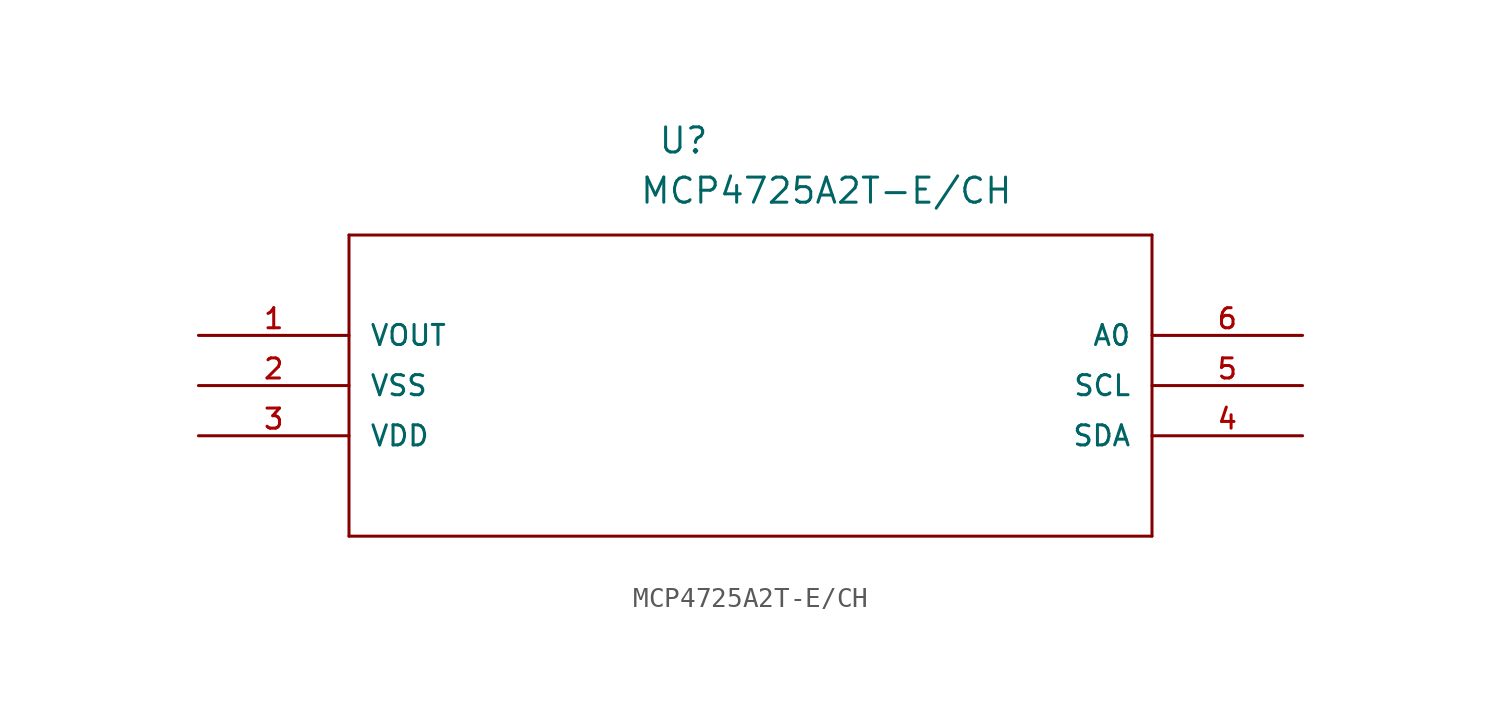
<source format=kicad_sym>
(kicad_symbol_lib
  (version 20231120)
  (generator "kicad_symbol_editor")
  (generator_version "8.0")
  (symbol "MCP4725A2T-E/CH"
    (pin_names
      (offset 1.016))
    (property "Reference" "U"
      (at 23.241 9.119 0)
      (effects (font (size 1.27 1.27)) (justify left bottom)))
    (property "Value" "MCP4725A2T-E/CH"
      (at 22.301 6.579 0)
      (effects (font (size 1.27 1.27)) (justify left bottom)))
    (property "ki_locked" ""
      (at 0 0 0)
      (effects (font (size 1.27 1.27))))
    (symbol "MCP4725A2T-E/CH_0_0"
      (polyline (pts (xy 7.62 -10.16) (xy 48.26 -10.16)) (stroke (width 0.152) (type solid)) (fill (type none)))
      (polyline (pts (xy 7.62 5.08) (xy 7.62 -10.16)) (stroke (width 0.152) (type solid)) (fill (type none)))
      (polyline (pts (xy 48.26 -10.16) (xy 48.26 5.08)) (stroke (width 0.152) (type solid)) (fill (type none)))
      (polyline (pts (xy 48.26 5.08) (xy 7.62 5.08)) (stroke (width 0.152) (type solid)) (fill (type none)))
      (pin passive line (at 0 0 0) (length 7.62) (name "VOUT" (effects (font (size 1.016 1.016)))) (number "1" (effects (font (size 1.016 1.016)))))
      (pin passive line (at 0 -2.54 0) (length 7.62) (name "VSS" (effects (font (size 1.016 1.016)))) (number "2" (effects (font (size 1.016 1.016)))))
      (pin passive line (at 0 -5.08 0) (length 7.62) (name "VDD" (effects (font (size 1.016 1.016)))) (number "3" (effects (font (size 1.016 1.016)))))
      (pin passive line (at 55.88 -5.08 180) (length 7.62) (name "SDA" (effects (font (size 1.016 1.016)))) (number "4" (effects (font (size 1.016 1.016)))))
      (pin passive line (at 55.88 -2.54 180) (length 7.62) (name "SCL" (effects (font (size 1.016 1.016)))) (number "5" (effects (font (size 1.016 1.016)))))
      (pin passive line (at 55.88 0 180) (length 7.62) (name "A0" (effects (font (size 1.016 1.016)))) (number "6" (effects (font (size 1.016 1.016))))))))
</source>
